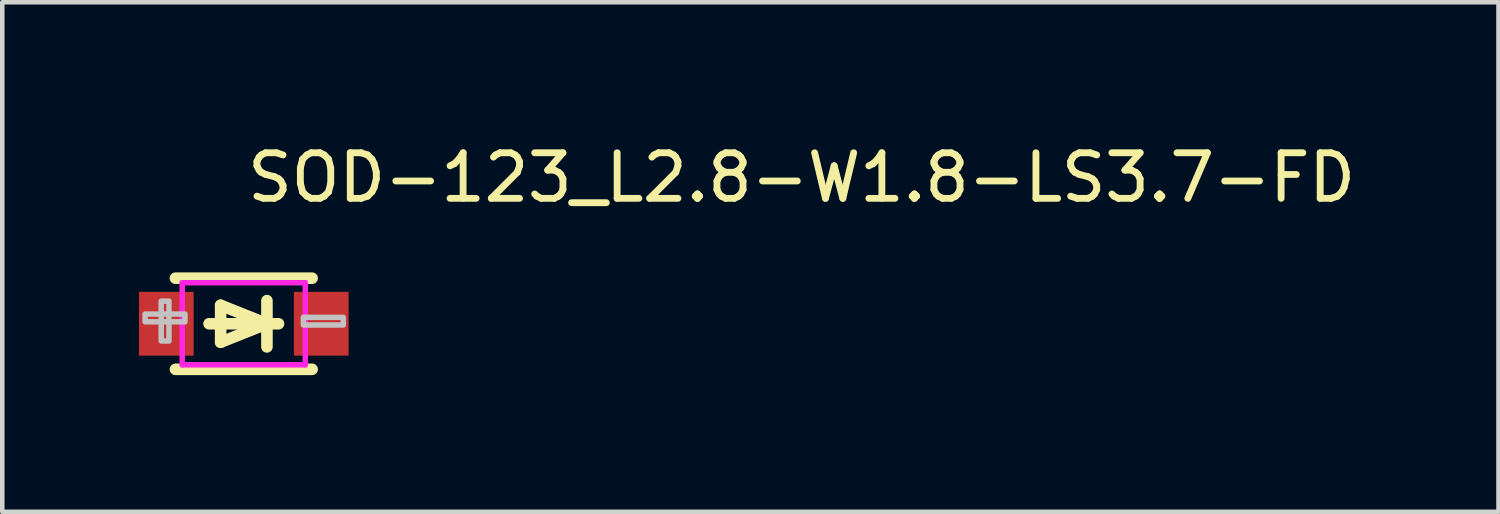
<source format=kicad_pcb>
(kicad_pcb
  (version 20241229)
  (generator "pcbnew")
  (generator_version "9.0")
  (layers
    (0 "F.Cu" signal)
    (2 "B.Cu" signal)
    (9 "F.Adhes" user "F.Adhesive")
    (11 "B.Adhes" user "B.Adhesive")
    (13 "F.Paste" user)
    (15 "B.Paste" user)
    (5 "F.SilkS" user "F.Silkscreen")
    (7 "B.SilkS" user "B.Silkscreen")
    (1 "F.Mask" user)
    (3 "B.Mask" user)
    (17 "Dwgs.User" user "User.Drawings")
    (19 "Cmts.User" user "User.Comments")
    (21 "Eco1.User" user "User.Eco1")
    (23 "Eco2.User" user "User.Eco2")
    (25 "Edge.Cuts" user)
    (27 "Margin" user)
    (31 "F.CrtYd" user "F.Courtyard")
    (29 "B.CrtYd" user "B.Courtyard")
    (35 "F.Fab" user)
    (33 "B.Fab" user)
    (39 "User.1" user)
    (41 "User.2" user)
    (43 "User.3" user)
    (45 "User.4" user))
  (footprint "SOD-123_L2.8-W1.8-LS3.7-FD"
    (layer "F.Cu")
    (at 2.3 4.055)
    (property "Reference" "SOD-123_L2.8-W1.8-LS3.7-FD" (at 0 -3.207 0) (layer "F.SilkS") (effects (font (size 1 1) (thickness 0.15)) (justify left)))
    (attr through_hole)
    (fp_line (start -1.5 -1) (end 1.5 -1) (stroke (width 0.254) (type solid)) (layer "F.SilkS"))
    (fp_line (start -1.5 1) (end 1.5 1) (stroke (width 0.254) (type solid)) (layer "F.SilkS"))
    (fp_line (start -0.508 -0.406) (end 0.508 0) (stroke (width 0.254) (type solid)) (layer "F.SilkS"))
    (fp_line (start -0.508 0.406) (end -0.508 -0.406) (stroke (width 0.254) (type solid)) (layer "F.SilkS"))
    (fp_line (start 0.508 0) (end -0.508 0.406) (stroke (width 0.254) (type solid)) (layer "F.SilkS"))
    (fp_line (start 0.508 0.508) (end 0.508 -0.508) (stroke (width 0.254) (type solid)) (layer "F.SilkS"))
    (fp_line (start 0.762 0) (end -0.762 0) (stroke (width 0.254) (type solid)) (layer "F.SilkS"))
    (fp_poly (pts (xy -2.166 -0.213) (xy -1.291 -0.213) (xy -1.291 -0.043) (xy -2.166 -0.043) (xy -2.166 -0.053)) (stroke (width 0.12) (type solid)) (fill no) (layer "Dwgs.User"))
    (fp_poly (pts (xy -1.812 0.378) (xy -1.812 -0.497) (xy -1.642 -0.497) (xy -1.642 0.378) (xy -1.652 0.378)) (stroke (width 0.12) (type solid)) (fill no) (layer "Dwgs.User"))
    (fp_poly (pts (xy 1.308 -0.141) (xy 2.183 -0.141) (xy 2.183 0.028) (xy 1.308 0.028) (xy 1.308 0.019)) (stroke (width 0.12) (type solid)) (fill no) (layer "Dwgs.User"))
    (fp_circle (center -1.85 0.9) (end -1.82 0.9) (stroke (width 0.06) (type solid)) (fill no) (layer "Eco2.User"))
    (fp_poly (pts (xy -1.85 -0.5) (xy -1.25 -0.5) (xy -1.25 0.5) (xy -1.85 0.5)) (stroke (width 0.12) (type solid)) (fill no) (layer "Eco2.User"))
    (fp_poly (pts (xy 1.25 -0.5) (xy 1.85 -0.5) (xy 1.85 0.5) (xy 1.25 0.5)) (stroke (width 0.12) (type solid)) (fill no) (layer "Eco2.User"))
    (fp_line (start -1.35 -0.9) (end 1.35 -0.9) (stroke (width 0.12) (type solid)) (layer "F.CrtYd"))
    (fp_line (start -1.35 0.9) (end -1.35 -0.9) (stroke (width 0.12) (type solid)) (layer "F.CrtYd"))
    (fp_line (start 1.35 -0.9) (end 1.35 0.9) (stroke (width 0.12) (type solid)) (layer "F.CrtYd"))
    (fp_line (start 1.35 0.9) (end -1.35 0.9) (stroke (width 0.12) (type solid)) (layer "F.CrtYd"))
    (pad "1" smd rect (at -1.7 0) (size 1.2 1.4) (layers "F.Cu" "F.Mask" "F.Paste"))
    (pad "2" smd rect (at 1.7 0) (size 1.2 1.4) (layers "F.Cu" "F.Mask" "F.Paste")))
  (gr_rect
    (start -3 -3)
    (end 29.836 8.182)
    (stroke (width 0.1) (type default))
    (fill no)
    (layer "Edge.Cuts")))
</source>
